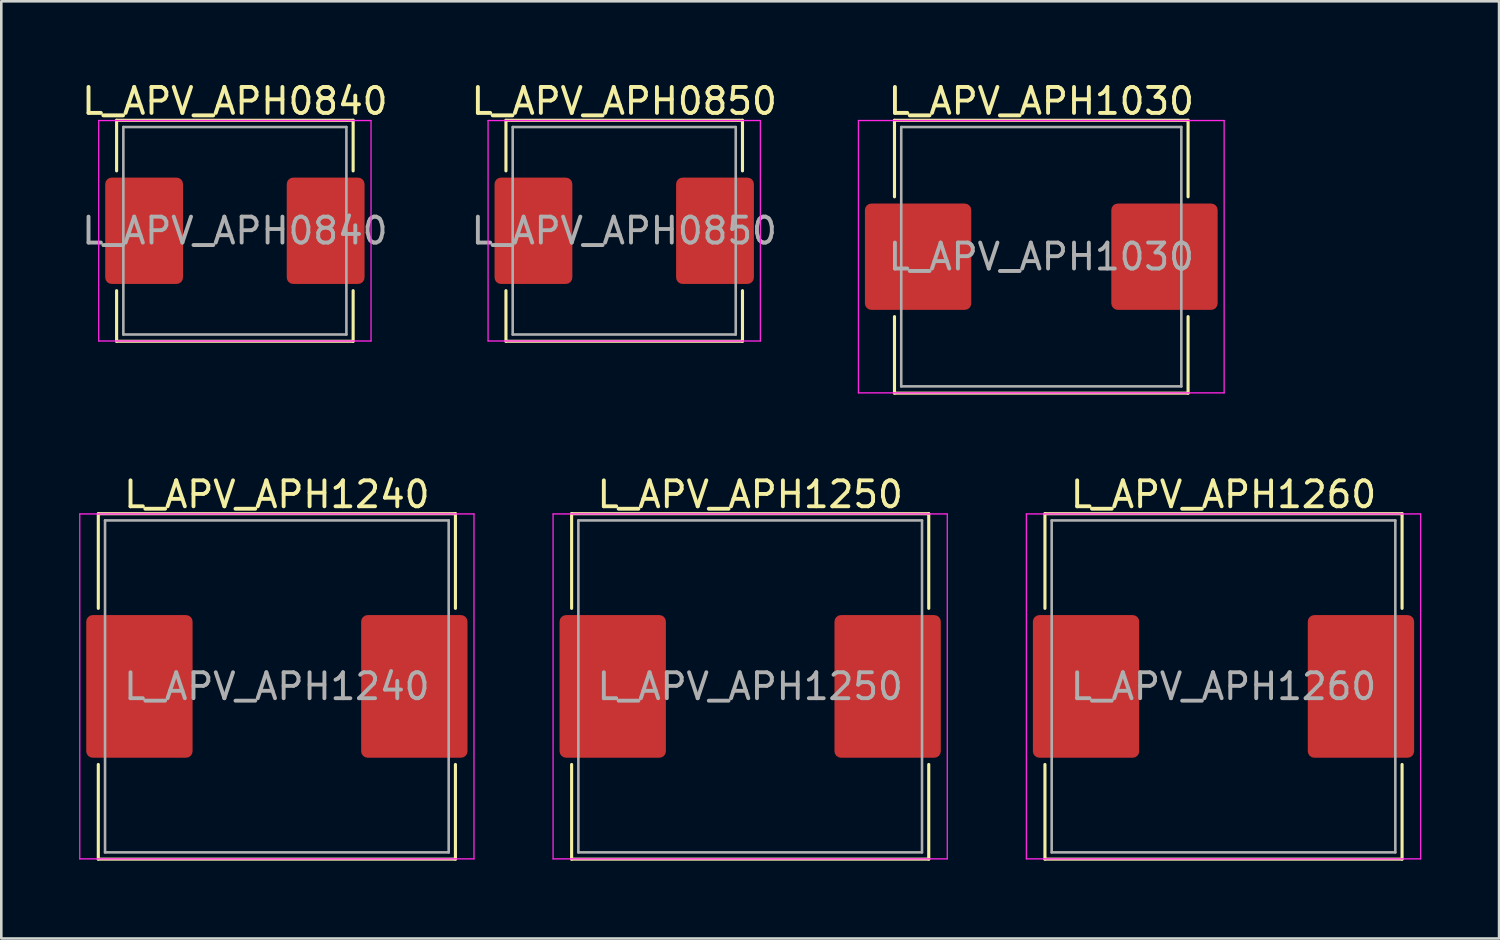
<source format=kicad_pcb>
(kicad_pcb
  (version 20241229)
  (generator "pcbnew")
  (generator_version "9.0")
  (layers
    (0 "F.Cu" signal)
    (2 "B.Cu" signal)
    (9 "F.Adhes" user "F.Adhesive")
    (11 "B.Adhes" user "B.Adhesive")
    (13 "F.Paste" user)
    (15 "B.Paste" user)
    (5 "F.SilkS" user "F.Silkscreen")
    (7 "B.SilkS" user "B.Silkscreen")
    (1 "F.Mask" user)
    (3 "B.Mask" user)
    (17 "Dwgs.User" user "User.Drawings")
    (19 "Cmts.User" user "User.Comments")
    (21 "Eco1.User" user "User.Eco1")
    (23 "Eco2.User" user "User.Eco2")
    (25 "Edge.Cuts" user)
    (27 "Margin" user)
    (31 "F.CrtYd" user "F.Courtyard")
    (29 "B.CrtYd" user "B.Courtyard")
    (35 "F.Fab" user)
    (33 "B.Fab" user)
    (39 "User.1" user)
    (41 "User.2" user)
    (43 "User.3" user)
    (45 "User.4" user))
  (footprint "L_APV_APH1030"
    (layer "F.Cu")
    (at 37.099 6.848)
    (property "Reference" "L_APV_APH1030" (at 0 -6 0) (layer "F.SilkS") (effects (font (size 1 1) (thickness 0.15))))
    (attr smd)
    (fp_line (start -5.66 -5.26) (end -5.66 -2.31) (stroke (width 0.12) (type solid)) (layer "F.SilkS"))
    (fp_line (start -5.66 -5.26) (end 5.66 -5.26) (stroke (width 0.12) (type solid)) (layer "F.SilkS"))
    (fp_line (start -5.66 5.26) (end -5.66 2.31) (stroke (width 0.12) (type solid)) (layer "F.SilkS"))
    (fp_line (start -5.66 5.26) (end 5.66 5.26) (stroke (width 0.12) (type solid)) (layer "F.SilkS"))
    (fp_line (start 5.66 -5.26) (end 5.66 -2.31) (stroke (width 0.12) (type solid)) (layer "F.SilkS"))
    (fp_line (start 5.66 5.26) (end 5.66 2.31) (stroke (width 0.12) (type solid)) (layer "F.SilkS"))
    (fp_line (start -7.05 -5.25) (end -7.05 5.25) (stroke (width 0.05) (type solid)) (layer "F.CrtYd"))
    (fp_line (start -7.05 5.25) (end 7.05 5.25) (stroke (width 0.05) (type solid)) (layer "F.CrtYd"))
    (fp_line (start 7.05 -5.25) (end -7.05 -5.25) (stroke (width 0.05) (type solid)) (layer "F.CrtYd"))
    (fp_line (start 7.05 5.25) (end 7.05 -5.25) (stroke (width 0.05) (type solid)) (layer "F.CrtYd"))
    (fp_line (start -5.4 -5) (end -5.4 5) (stroke (width 0.1) (type solid)) (layer "F.Fab"))
    (fp_line (start -5.4 5) (end 5.4 5) (stroke (width 0.1) (type solid)) (layer "F.Fab"))
    (fp_line (start 5.4 -5) (end -5.4 -5) (stroke (width 0.1) (type solid)) (layer "F.Fab"))
    (fp_line (start 5.4 5) (end 5.4 -5) (stroke (width 0.1) (type solid)) (layer "F.Fab"))
    (fp_text user "${REFERENCE}" (at 0 0 0) (layer "F.Fab") (effects (font (size 1 1) (thickness 0.15))))
    (pad "1" smd roundrect (at -4.75 0) (size 4.1 4.1) (layers "F.Cu" "F.Mask" "F.Paste") (roundrect_rratio 0.061))
    (pad "2" smd roundrect (at 4.75 0) (size 4.1 4.1) (layers "F.Cu" "F.Mask" "F.Paste") (roundrect_rratio 0.061)))
  (footprint "L_APV_APH1240"
    (layer "F.Cu")
    (at 7.625 23.416)
    (property "Reference" "L_APV_APH1240" (at 0 -7.4 0) (layer "F.SilkS") (effects (font (size 1 1) (thickness 0.15))))
    (attr smd)
    (fp_line (start -6.885 -6.66) (end -6.885 -3.01) (stroke (width 0.12) (type solid)) (layer "F.SilkS"))
    (fp_line (start -6.885 -6.66) (end 6.885 -6.66) (stroke (width 0.12) (type solid)) (layer "F.SilkS"))
    (fp_line (start -6.885 6.66) (end -6.885 3.01) (stroke (width 0.12) (type solid)) (layer "F.SilkS"))
    (fp_line (start -6.885 6.66) (end 6.885 6.66) (stroke (width 0.12) (type solid)) (layer "F.SilkS"))
    (fp_line (start 6.885 -6.66) (end 6.885 -3.01) (stroke (width 0.12) (type solid)) (layer "F.SilkS"))
    (fp_line (start 6.885 6.66) (end 6.885 3.01) (stroke (width 0.12) (type solid)) (layer "F.SilkS"))
    (fp_line (start -7.6 -6.65) (end -7.6 6.65) (stroke (width 0.05) (type solid)) (layer "F.CrtYd"))
    (fp_line (start -7.6 6.65) (end 7.6 6.65) (stroke (width 0.05) (type solid)) (layer "F.CrtYd"))
    (fp_line (start 7.6 -6.65) (end -7.6 -6.65) (stroke (width 0.05) (type solid)) (layer "F.CrtYd"))
    (fp_line (start 7.6 6.65) (end 7.6 -6.65) (stroke (width 0.05) (type solid)) (layer "F.CrtYd"))
    (fp_line (start -6.625 -6.4) (end -6.625 6.4) (stroke (width 0.1) (type solid)) (layer "F.Fab"))
    (fp_line (start -6.625 6.4) (end 6.625 6.4) (stroke (width 0.1) (type solid)) (layer "F.Fab"))
    (fp_line (start 6.625 -6.4) (end -6.625 -6.4) (stroke (width 0.1) (type solid)) (layer "F.Fab"))
    (fp_line (start 6.625 6.4) (end 6.625 -6.4) (stroke (width 0.1) (type solid)) (layer "F.Fab"))
    (fp_text user "${REFERENCE}" (at 0 0 0) (layer "F.Fab") (effects (font (size 1 1) (thickness 0.15))))
    (pad "1" smd roundrect (at -5.3 0) (size 4.1 5.5) (layers "F.Cu" "F.Mask" "F.Paste") (roundrect_rratio 0.061))
    (pad "2" smd roundrect (at 5.3 0) (size 4.1 5.5) (layers "F.Cu" "F.Mask" "F.Paste") (roundrect_rratio 0.061)))
  (footprint "L_APV_APH1250"
    (layer "F.Cu")
    (at 25.875 23.416)
    (property "Reference" "L_APV_APH1250" (at 0 -7.4 0) (layer "F.SilkS") (effects (font (size 1 1) (thickness 0.15))))
    (attr smd)
    (fp_line (start -6.885 -6.66) (end -6.885 -3.01) (stroke (width 0.12) (type solid)) (layer "F.SilkS"))
    (fp_line (start -6.885 -6.66) (end 6.885 -6.66) (stroke (width 0.12) (type solid)) (layer "F.SilkS"))
    (fp_line (start -6.885 6.66) (end -6.885 3.01) (stroke (width 0.12) (type solid)) (layer "F.SilkS"))
    (fp_line (start -6.885 6.66) (end 6.885 6.66) (stroke (width 0.12) (type solid)) (layer "F.SilkS"))
    (fp_line (start 6.885 -6.66) (end 6.885 -3.01) (stroke (width 0.12) (type solid)) (layer "F.SilkS"))
    (fp_line (start 6.885 6.66) (end 6.885 3.01) (stroke (width 0.12) (type solid)) (layer "F.SilkS"))
    (fp_line (start -7.6 -6.65) (end -7.6 6.65) (stroke (width 0.05) (type solid)) (layer "F.CrtYd"))
    (fp_line (start -7.6 6.65) (end 7.6 6.65) (stroke (width 0.05) (type solid)) (layer "F.CrtYd"))
    (fp_line (start 7.6 -6.65) (end -7.6 -6.65) (stroke (width 0.05) (type solid)) (layer "F.CrtYd"))
    (fp_line (start 7.6 6.65) (end 7.6 -6.65) (stroke (width 0.05) (type solid)) (layer "F.CrtYd"))
    (fp_line (start -6.625 -6.4) (end -6.625 6.4) (stroke (width 0.1) (type solid)) (layer "F.Fab"))
    (fp_line (start -6.625 6.4) (end 6.625 6.4) (stroke (width 0.1) (type solid)) (layer "F.Fab"))
    (fp_line (start 6.625 -6.4) (end -6.625 -6.4) (stroke (width 0.1) (type solid)) (layer "F.Fab"))
    (fp_line (start 6.625 6.4) (end 6.625 -6.4) (stroke (width 0.1) (type solid)) (layer "F.Fab"))
    (fp_text user "${REFERENCE}" (at 0 0 0) (layer "F.Fab") (effects (font (size 1 1) (thickness 0.15))))
    (pad "1" smd roundrect (at -5.3 0) (size 4.1 5.5) (layers "F.Cu" "F.Mask" "F.Paste") (roundrect_rratio 0.061))
    (pad "2" smd roundrect (at 5.3 0) (size 4.1 5.5) (layers "F.Cu" "F.Mask" "F.Paste") (roundrect_rratio 0.061)))
  (footprint "L_APV_APH0850"
    (layer "F.Cu")
    (at 21.018 5.848)
    (property "Reference" "L_APV_APH0850" (at 0 -5 0) (layer "F.SilkS") (effects (font (size 1 1) (thickness 0.15))))
    (attr smd)
    (fp_line (start -4.56 -4.26) (end -4.56 -2.31) (stroke (width 0.12) (type solid)) (layer "F.SilkS"))
    (fp_line (start -4.56 -4.26) (end 4.56 -4.26) (stroke (width 0.12) (type solid)) (layer "F.SilkS"))
    (fp_line (start -4.56 4.26) (end -4.56 2.31) (stroke (width 0.12) (type solid)) (layer "F.SilkS"))
    (fp_line (start -4.56 4.26) (end 4.56 4.26) (stroke (width 0.12) (type solid)) (layer "F.SilkS"))
    (fp_line (start 4.56 -4.26) (end 4.56 -2.31) (stroke (width 0.12) (type solid)) (layer "F.SilkS"))
    (fp_line (start 4.56 4.26) (end 4.56 2.31) (stroke (width 0.12) (type solid)) (layer "F.SilkS"))
    (fp_line (start -5.25 -4.25) (end -5.25 4.25) (stroke (width 0.05) (type solid)) (layer "F.CrtYd"))
    (fp_line (start -5.25 4.25) (end 5.25 4.25) (stroke (width 0.05) (type solid)) (layer "F.CrtYd"))
    (fp_line (start 5.25 -4.25) (end -5.25 -4.25) (stroke (width 0.05) (type solid)) (layer "F.CrtYd"))
    (fp_line (start 5.25 4.25) (end 5.25 -4.25) (stroke (width 0.05) (type solid)) (layer "F.CrtYd"))
    (fp_line (start -4.3 -4) (end -4.3 4) (stroke (width 0.1) (type solid)) (layer "F.Fab"))
    (fp_line (start -4.3 4) (end 4.3 4) (stroke (width 0.1) (type solid)) (layer "F.Fab"))
    (fp_line (start 4.3 -4) (end -4.3 -4) (stroke (width 0.1) (type solid)) (layer "F.Fab"))
    (fp_line (start 4.3 4) (end 4.3 -4) (stroke (width 0.1) (type solid)) (layer "F.Fab"))
    (fp_text user "${REFERENCE}" (at 0 0 0) (layer "F.Fab") (effects (font (size 1 1) (thickness 0.15))))
    (pad "1" smd roundrect (at -3.5 0) (size 3 4.1) (layers "F.Cu" "F.Mask" "F.Paste") (roundrect_rratio 0.083))
    (pad "2" smd roundrect (at 3.5 0) (size 3 4.1) (layers "F.Cu" "F.Mask" "F.Paste") (roundrect_rratio 0.083)))
  (footprint "L_APV_APH0840"
    (layer "F.Cu")
    (at 6.006 5.848)
    (property "Reference" "L_APV_APH0840" (at 0 -5 0) (layer "F.SilkS") (effects (font (size 1 1) (thickness 0.15))))
    (attr smd)
    (fp_line (start -4.56 -4.26) (end -4.56 -2.31) (stroke (width 0.12) (type solid)) (layer "F.SilkS"))
    (fp_line (start -4.56 -4.26) (end 4.56 -4.26) (stroke (width 0.12) (type solid)) (layer "F.SilkS"))
    (fp_line (start -4.56 4.26) (end -4.56 2.31) (stroke (width 0.12) (type solid)) (layer "F.SilkS"))
    (fp_line (start -4.56 4.26) (end 4.56 4.26) (stroke (width 0.12) (type solid)) (layer "F.SilkS"))
    (fp_line (start 4.56 -4.26) (end 4.56 -2.31) (stroke (width 0.12) (type solid)) (layer "F.SilkS"))
    (fp_line (start 4.56 4.26) (end 4.56 2.31) (stroke (width 0.12) (type solid)) (layer "F.SilkS"))
    (fp_line (start -5.25 -4.25) (end -5.25 4.25) (stroke (width 0.05) (type solid)) (layer "F.CrtYd"))
    (fp_line (start -5.25 4.25) (end 5.25 4.25) (stroke (width 0.05) (type solid)) (layer "F.CrtYd"))
    (fp_line (start 5.25 -4.25) (end -5.25 -4.25) (stroke (width 0.05) (type solid)) (layer "F.CrtYd"))
    (fp_line (start 5.25 4.25) (end 5.25 -4.25) (stroke (width 0.05) (type solid)) (layer "F.CrtYd"))
    (fp_line (start -4.3 -4) (end -4.3 4) (stroke (width 0.1) (type solid)) (layer "F.Fab"))
    (fp_line (start -4.3 4) (end 4.3 4) (stroke (width 0.1) (type solid)) (layer "F.Fab"))
    (fp_line (start 4.3 -4) (end -4.3 -4) (stroke (width 0.1) (type solid)) (layer "F.Fab"))
    (fp_line (start 4.3 4) (end 4.3 -4) (stroke (width 0.1) (type solid)) (layer "F.Fab"))
    (fp_text user "${REFERENCE}" (at 0 0 0) (layer "F.Fab") (effects (font (size 1 1) (thickness 0.15))))
    (pad "1" smd roundrect (at -3.5 0) (size 3 4.1) (layers "F.Cu" "F.Mask" "F.Paste") (roundrect_rratio 0.083))
    (pad "2" smd roundrect (at 3.5 0) (size 3 4.1) (layers "F.Cu" "F.Mask" "F.Paste") (roundrect_rratio 0.083)))
  (footprint "L_APV_APH1260"
    (layer "F.Cu")
    (at 44.125 23.416)
    (property "Reference" "L_APV_APH1260" (at 0 -7.4 0) (layer "F.SilkS") (effects (font (size 1 1) (thickness 0.15))))
    (attr smd)
    (fp_line (start -6.885 -6.66) (end -6.885 -3.01) (stroke (width 0.12) (type solid)) (layer "F.SilkS"))
    (fp_line (start -6.885 -6.66) (end 6.885 -6.66) (stroke (width 0.12) (type solid)) (layer "F.SilkS"))
    (fp_line (start -6.885 6.66) (end -6.885 3.01) (stroke (width 0.12) (type solid)) (layer "F.SilkS"))
    (fp_line (start -6.885 6.66) (end 6.885 6.66) (stroke (width 0.12) (type solid)) (layer "F.SilkS"))
    (fp_line (start 6.885 -6.66) (end 6.885 -3.01) (stroke (width 0.12) (type solid)) (layer "F.SilkS"))
    (fp_line (start 6.885 6.66) (end 6.885 3.01) (stroke (width 0.12) (type solid)) (layer "F.SilkS"))
    (fp_line (start -7.6 -6.65) (end -7.6 6.65) (stroke (width 0.05) (type solid)) (layer "F.CrtYd"))
    (fp_line (start -7.6 6.65) (end 7.6 6.65) (stroke (width 0.05) (type solid)) (layer "F.CrtYd"))
    (fp_line (start 7.6 -6.65) (end -7.6 -6.65) (stroke (width 0.05) (type solid)) (layer "F.CrtYd"))
    (fp_line (start 7.6 6.65) (end 7.6 -6.65) (stroke (width 0.05) (type solid)) (layer "F.CrtYd"))
    (fp_line (start -6.625 -6.4) (end -6.625 6.4) (stroke (width 0.1) (type solid)) (layer "F.Fab"))
    (fp_line (start -6.625 6.4) (end 6.625 6.4) (stroke (width 0.1) (type solid)) (layer "F.Fab"))
    (fp_line (start 6.625 -6.4) (end -6.625 -6.4) (stroke (width 0.1) (type solid)) (layer "F.Fab"))
    (fp_line (start 6.625 6.4) (end 6.625 -6.4) (stroke (width 0.1) (type solid)) (layer "F.Fab"))
    (fp_text user "${REFERENCE}" (at 0 0 0) (layer "F.Fab") (effects (font (size 1 1) (thickness 0.15))))
    (pad "1" smd roundrect (at -5.3 0) (size 4.1 5.5) (layers "F.Cu" "F.Mask" "F.Paste") (roundrect_rratio 0.061))
    (pad "2" smd roundrect (at 5.3 0) (size 4.1 5.5) (layers "F.Cu" "F.Mask" "F.Paste") (roundrect_rratio 0.061)))
  (gr_rect
    (start -3 -3)
    (end 54.75 33.136)
    (stroke (width 0.1) (type default))
    (fill no)
    (layer "Edge.Cuts")))
</source>
